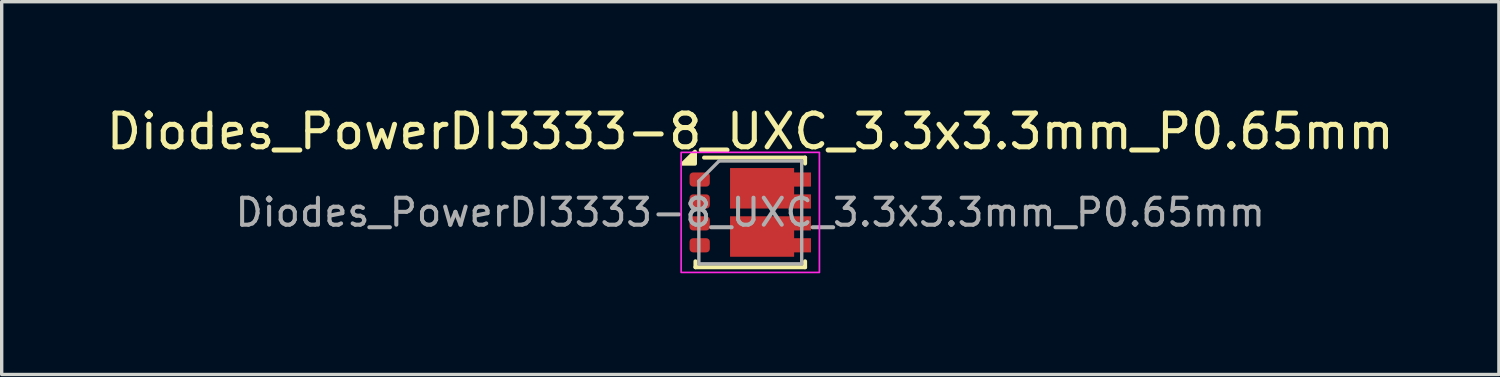
<source format=kicad_pcb>
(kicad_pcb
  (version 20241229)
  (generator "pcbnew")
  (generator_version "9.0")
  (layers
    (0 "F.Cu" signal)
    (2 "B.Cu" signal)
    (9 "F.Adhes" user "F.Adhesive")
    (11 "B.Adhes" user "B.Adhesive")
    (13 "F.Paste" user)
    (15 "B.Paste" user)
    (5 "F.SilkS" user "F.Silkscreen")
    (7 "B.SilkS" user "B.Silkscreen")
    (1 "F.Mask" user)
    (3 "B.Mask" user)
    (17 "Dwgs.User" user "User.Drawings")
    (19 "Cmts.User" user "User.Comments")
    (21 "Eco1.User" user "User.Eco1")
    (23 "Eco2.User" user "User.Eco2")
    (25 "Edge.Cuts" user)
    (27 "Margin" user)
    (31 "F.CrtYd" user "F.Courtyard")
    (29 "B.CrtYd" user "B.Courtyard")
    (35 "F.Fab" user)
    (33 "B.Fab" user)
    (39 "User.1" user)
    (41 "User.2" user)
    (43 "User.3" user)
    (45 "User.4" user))
  (footprint "Diodes_PowerDI3333-8_UXC_3.3x3.3mm_P0.65mm"
    (layer "F.Cu")
    (at 19.196 3.248)
    (property "Reference" "Diodes_PowerDI3333-8_UXC_3.3x3.3mm_P0.65mm" (at 0 -2.4 0) (layer "F.SilkS") (effects (font (size 1 1) (thickness 0.15))))
    (attr smd)
    (fp_line (start -1.625 1.625) (end -1.625 1.45) (stroke (width 0.12) (type solid)) (layer "F.SilkS"))
    (fp_line (start -1.625 1.625) (end 1.625 1.625) (stroke (width 0.12) (type solid)) (layer "F.SilkS"))
    (fp_line (start -1.37 -1.625) (end 1.625 -1.625) (stroke (width 0.12) (type solid)) (layer "F.SilkS"))
    (fp_line (start 1.625 -1.45) (end 1.625 -1.625) (stroke (width 0.12) (type solid)) (layer "F.SilkS"))
    (fp_line (start 1.625 1.45) (end 1.625 1.625) (stroke (width 0.12) (type solid)) (layer "F.SilkS"))
    (fp_poly (pts (xy -1.64 -1.445) (xy -2 -1.445) (xy -1.64 -1.8) (xy -1.64 -1.445)) (stroke (width 0.12) (type solid)) (fill yes) (layer "F.SilkS"))
    (fp_rect (start -2.05 -1.78) (end 2.05 1.78) (stroke (width 0.05) (type default)) (fill no) (layer "F.CrtYd"))
    (fp_line (start -1.525 -0.925) (end -1.525 1.525) (stroke (width 0.1) (type solid)) (layer "F.Fab"))
    (fp_line (start -1.525 1.525) (end 1.525 1.525) (stroke (width 0.1) (type solid)) (layer "F.Fab"))
    (fp_line (start -0.925 -1.525) (end -1.525 -0.925) (stroke (width 0.1) (type solid)) (layer "F.Fab"))
    (fp_line (start -0.925 -1.525) (end 1.525 -1.525) (stroke (width 0.1) (type solid)) (layer "F.Fab"))
    (fp_line (start 1.525 -1.525) (end 1.525 1.525) (stroke (width 0.1) (type solid)) (layer "F.Fab"))
    (fp_text user "${REFERENCE}" (at 0 0 180) (layer "F.Fab") (effects (font (size 0.8 0.8) (thickness 0.12))))
    (pad "" smd roundrect (at -0.22 -0.73) (size 0.6 1) (layers "F.Paste") (roundrect_rratio 0.25))
    (pad "" smd roundrect (at -0.22 0.71) (size 0.6 1) (layers "F.Paste") (roundrect_rratio 0.25))
    (pad "" smd roundrect (at 0.6 -0.73) (size 0.6 1) (layers "F.Paste") (roundrect_rratio 0.25))
    (pad "" smd roundrect (at 0.6 0.71) (size 0.6 1) (layers "F.Paste") (roundrect_rratio 0.25))
    (pad "" smd roundrect (at 1.45 -0.98) (size 0.7 0.4) (layers "F.Paste") (roundrect_rratio 0.25))
    (pad "" smd roundrect (at 1.45 -0.32) (size 0.7 0.4) (layers "F.Paste") (roundrect_rratio 0.25))
    (pad "" smd roundrect (at 1.45 0.32) (size 0.7 0.4) (layers "F.Paste") (roundrect_rratio 0.25))
    (pad "" smd roundrect (at 1.45 0.98) (size 0.7 0.4) (layers "F.Paste") (roundrect_rratio 0.25))
    (pad "1" smd roundrect (at -1.5 -0.975 270) (size 0.42 0.6) (layers "F.Cu" "F.Mask" "F.Paste") (roundrect_rratio 0.25))
    (pad "2" smd roundrect (at -1.5 -0.325 270) (size 0.42 0.6) (layers "F.Cu" "F.Mask" "F.Paste") (roundrect_rratio 0.25))
    (pad "3" smd roundrect (at -1.5 0.325 270) (size 0.42 0.6) (layers "F.Cu" "F.Mask" "F.Paste") (roundrect_rratio 0.25))
    (pad "4" smd roundrect (at -1.5 0.975 270) (size 0.42 0.6) (layers "F.Cu" "F.Mask" "F.Paste") (roundrect_rratio 0.25))
    (pad "5" smd custom (at 0.35 0.715 270) (size 1 1) (layers "F.Cu" "F.Mask") (options (anchor rect)) (primitives (gr_poly (pts (xy -0.6 0.95) (xy 0.6 0.95) (xy 0.6 -0.95) (xy 0.47 -0.95) (xy 0.47 -1.45) (xy 0.05 -1.45) (xy 0.05 -0.95) (xy -0.18 -0.95) (xy -0.18 -1.45) (xy -0.6 -1.45)) (width 0) (fill yes))))
    (pad "7" smd custom (at 0.35 -0.715 270) (size 1 1) (layers "F.Cu" "F.Mask") (options (anchor rect)) (primitives (gr_poly (pts (xy 0.6 0.95) (xy -0.6 0.95) (xy -0.6 -0.95) (xy -0.47 -0.95) (xy -0.47 -1.45) (xy -0.05 -1.45) (xy -0.05 -0.95) (xy 0.18 -0.95) (xy 0.18 -1.45) (xy 0.6 -1.45)) (width 0) (fill yes)))))
  (gr_rect
    (start -3 -3)
    (end 41.393 8.053)
    (stroke (width 0.1) (type default))
    (fill no)
    (layer "Edge.Cuts")))
</source>
